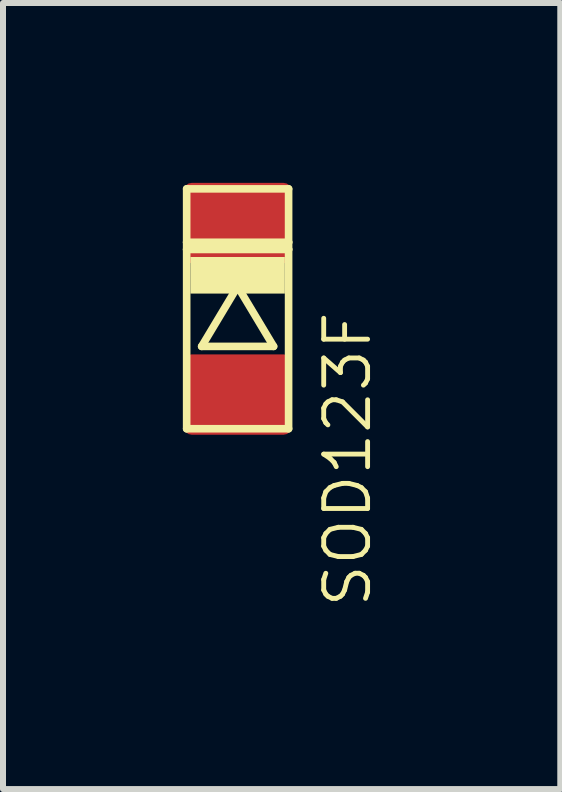
<source format=kicad_pcb>
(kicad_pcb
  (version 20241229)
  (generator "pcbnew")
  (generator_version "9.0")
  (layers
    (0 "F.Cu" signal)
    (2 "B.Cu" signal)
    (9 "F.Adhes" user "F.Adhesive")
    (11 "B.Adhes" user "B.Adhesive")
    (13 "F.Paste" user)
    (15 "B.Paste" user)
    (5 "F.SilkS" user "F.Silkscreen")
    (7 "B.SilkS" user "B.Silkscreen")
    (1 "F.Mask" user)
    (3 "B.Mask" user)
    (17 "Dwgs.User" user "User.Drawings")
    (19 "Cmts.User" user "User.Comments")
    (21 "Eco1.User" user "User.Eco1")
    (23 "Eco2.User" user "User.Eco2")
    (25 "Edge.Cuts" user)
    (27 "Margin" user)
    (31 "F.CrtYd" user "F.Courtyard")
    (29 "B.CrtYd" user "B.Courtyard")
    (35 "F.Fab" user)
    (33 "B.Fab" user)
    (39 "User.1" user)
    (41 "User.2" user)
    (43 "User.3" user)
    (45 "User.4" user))
  (footprint "SOD123F"
    (layer "F.Cu")
    (at 0.913 2.1)
    (property "Reference" "SOD123F" (at 1.405 0 90) (unlocked yes) (layer "F.SilkS") (effects (font (size 0.732 0.732) (thickness 0.081)) (justify right top)))
    (fp_line (start -0.85 -2) (end -0.85 -1.11) (stroke (width 0.127) (type solid)) (layer "F.SilkS"))
    (fp_line (start -0.85 -1.11) (end -0.85 -0.99) (stroke (width 0.127) (type solid)) (layer "F.SilkS"))
    (fp_line (start -0.85 -0.99) (end -0.85 2) (stroke (width 0.127) (type solid)) (layer "F.SilkS"))
    (fp_line (start -0.6 0.627) (end 0.6 0.627) (stroke (width 0.127) (type solid)) (layer "F.SilkS"))
    (fp_line (start 0 -0.373) (end -0.6 0.627) (stroke (width 0.127) (type solid)) (layer "F.SilkS"))
    (fp_line (start 0.6 0.627) (end 0 -0.373) (stroke (width 0.127) (type solid)) (layer "F.SilkS"))
    (fp_line (start 0.85 -2) (end -0.85 -2) (stroke (width 0.127) (type solid)) (layer "F.SilkS"))
    (fp_line (start 0.85 -2) (end 0.85 -1.11) (stroke (width 0.127) (type solid)) (layer "F.SilkS"))
    (fp_line (start 0.85 -1.11) (end -0.85 -1.11) (stroke (width 0.127) (type solid)) (layer "F.SilkS"))
    (fp_line (start 0.85 -1.11) (end 0.85 -0.99) (stroke (width 0.127) (type solid)) (layer "F.SilkS"))
    (fp_line (start 0.85 -0.99) (end -0.85 -0.99) (stroke (width 0.127) (type solid)) (layer "F.SilkS"))
    (fp_line (start 0.85 -0.99) (end 0.85 2) (stroke (width 0.127) (type solid)) (layer "F.SilkS"))
    (fp_line (start 0.85 2) (end -0.85 2) (stroke (width 0.127) (type solid)) (layer "F.SilkS"))
    (fp_poly (pts (xy -0.787 -0.864) (xy -0.787 -0.254) (xy 0.787 -0.254) (xy 0.787 -0.864)) (stroke (width 0) (type default)) (fill yes) (layer "F.SilkS"))
    (pad "A" smd roundrect (at 0 1.43) (size 1.8 1.34) (layers "F.Cu" "F.Mask" "F.Paste") (roundrect_rratio 0.1))
    (pad "C" smd roundrect (at 0 -1.43) (size 1.8 1.34) (layers "F.Cu" "F.Mask" "F.Paste") (roundrect_rratio 0.1)))
  (gr_rect
    (start -3 -3)
    (end 6.294 10.109)
    (stroke (width 0.1) (type default))
    (fill no)
    (layer "Edge.Cuts")))
</source>
